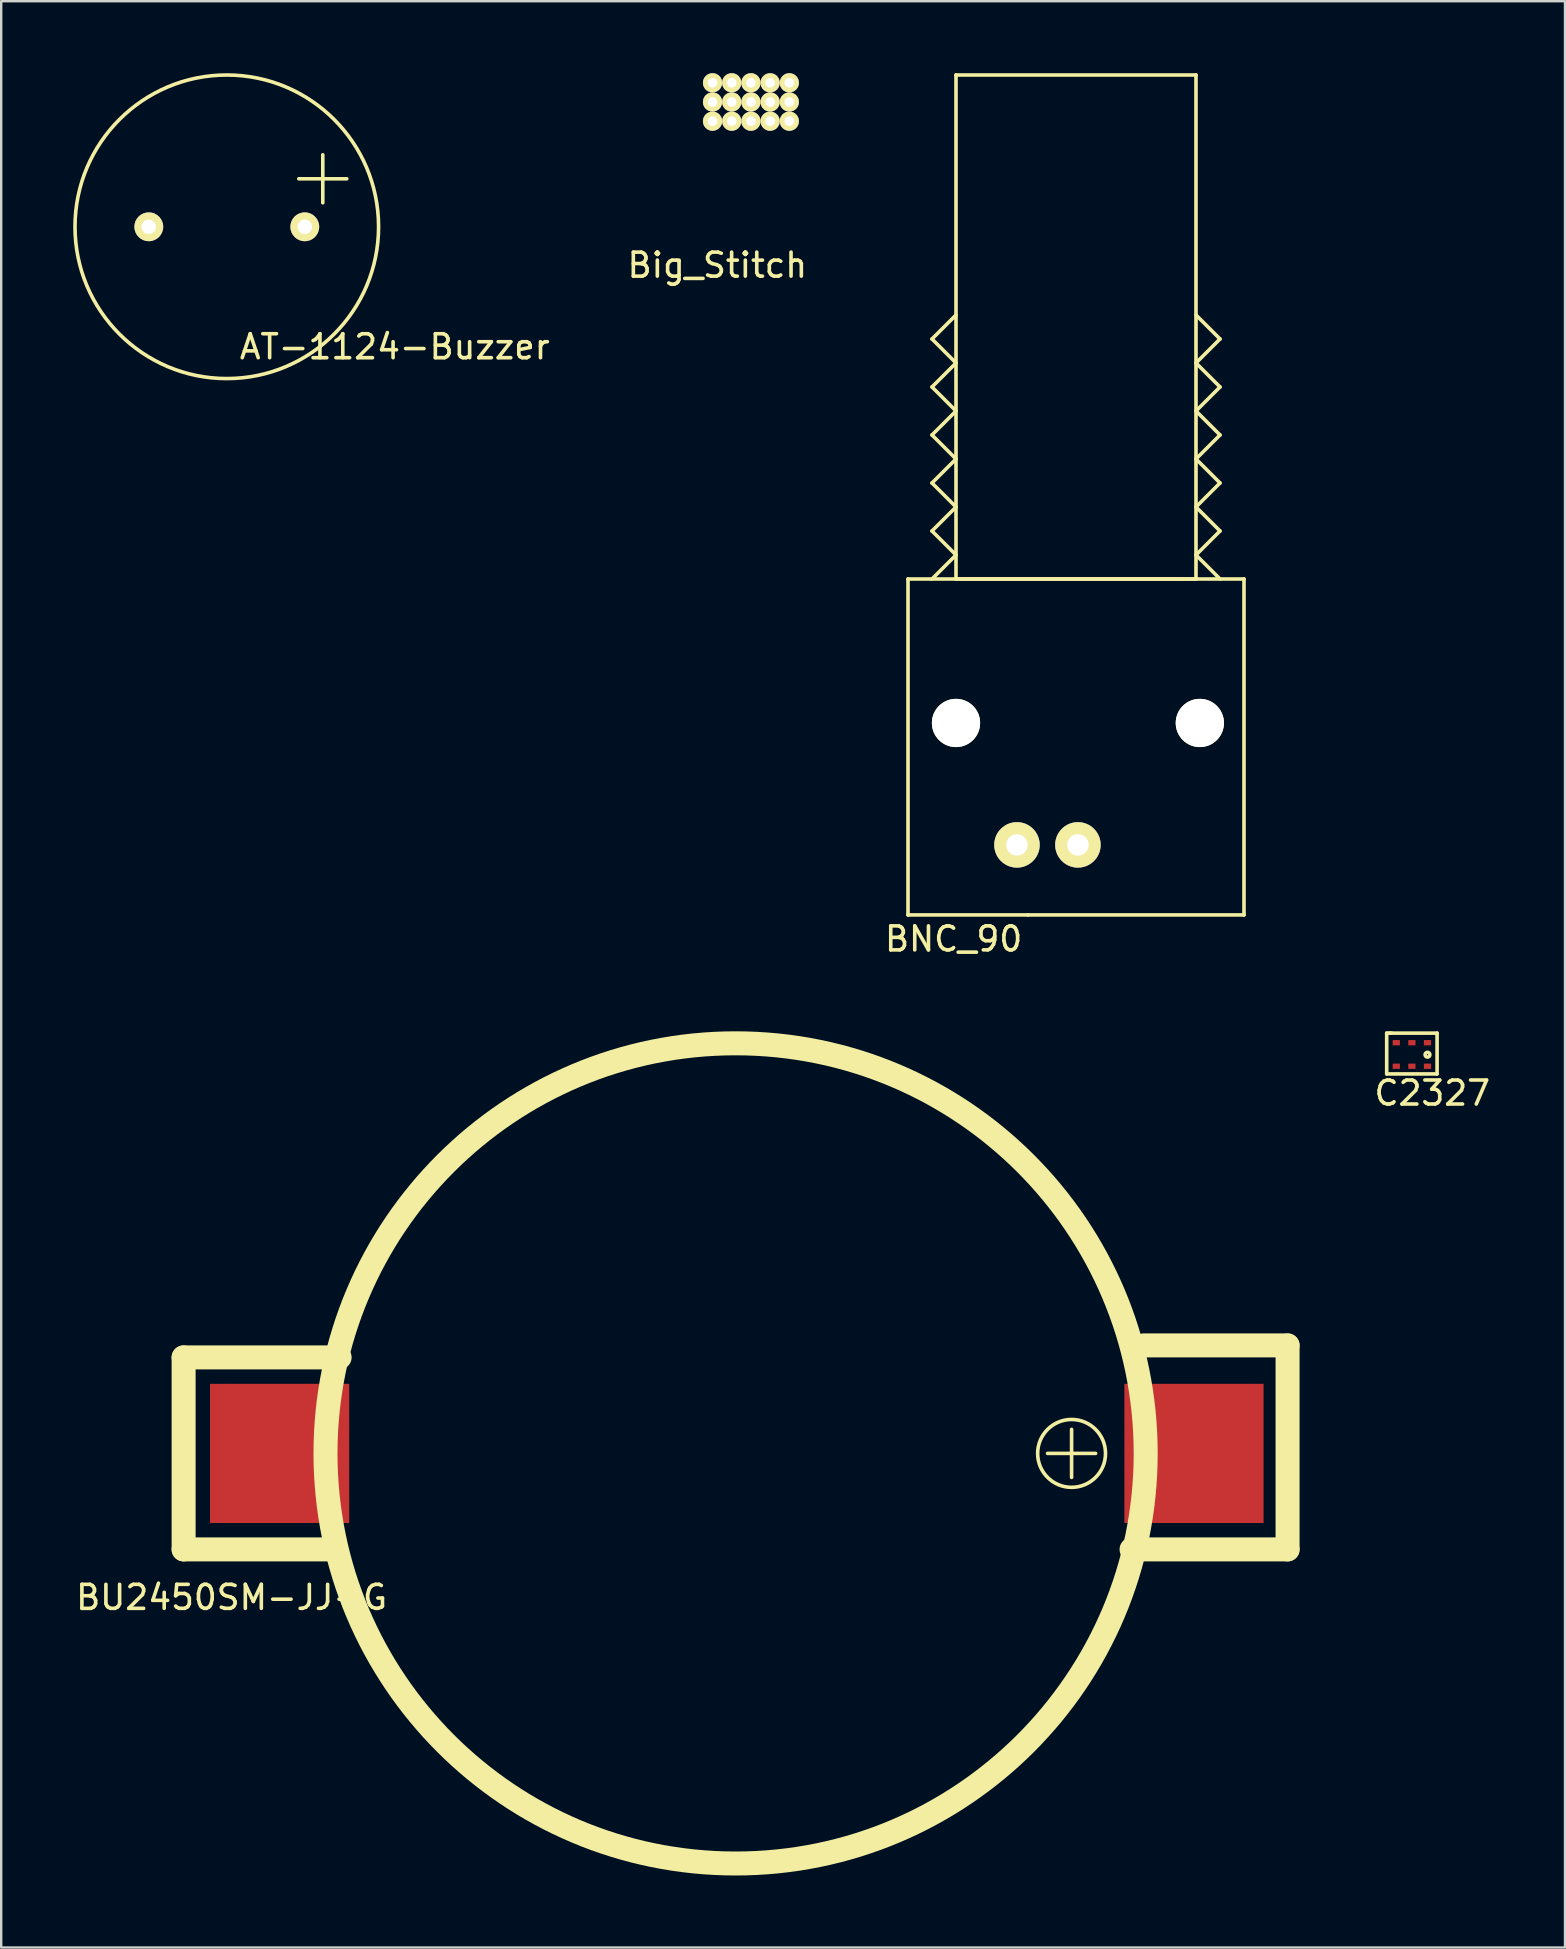
<source format=kicad_pcb>
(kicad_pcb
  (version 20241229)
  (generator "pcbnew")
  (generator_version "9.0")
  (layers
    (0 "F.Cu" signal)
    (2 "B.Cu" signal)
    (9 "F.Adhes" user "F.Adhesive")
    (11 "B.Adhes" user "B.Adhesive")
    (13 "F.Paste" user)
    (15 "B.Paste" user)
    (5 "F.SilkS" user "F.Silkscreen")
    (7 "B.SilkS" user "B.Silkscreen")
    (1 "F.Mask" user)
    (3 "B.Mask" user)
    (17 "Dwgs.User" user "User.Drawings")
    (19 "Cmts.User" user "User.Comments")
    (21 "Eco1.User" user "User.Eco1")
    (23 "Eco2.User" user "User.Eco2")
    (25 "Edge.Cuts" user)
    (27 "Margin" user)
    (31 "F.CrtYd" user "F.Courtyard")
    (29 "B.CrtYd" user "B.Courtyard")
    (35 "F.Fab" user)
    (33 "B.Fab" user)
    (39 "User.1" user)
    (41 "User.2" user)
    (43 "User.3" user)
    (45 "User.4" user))
  (footprint "Big_Stitch"
    (layer "F.Cu")
    (at 27.34 2)
    (property "Reference" "Big_Stitch" (at -0.5 6 0) (layer "F.SilkS") (effects (font (size 1 1) (thickness 0.15))))
    (attr through_hole)
    (pad "1" thru_hole circle (at -0.7 -1.6) (size 0.8 0.8) (drill 0.4) (layers "*.Cu" "*.Mask" "F.SilkS"))
    (pad "1" thru_hole circle (at -0.7 -0.8) (size 0.8 0.8) (drill 0.4) (layers "*.Cu" "*.Mask" "F.SilkS"))
    (pad "1" thru_hole circle (at -0.7 0) (size 0.8 0.8) (drill 0.4) (layers "*.Cu" "*.Mask" "F.SilkS"))
    (pad "1" thru_hole circle (at 0.1 -1.6) (size 0.8 0.8) (drill 0.4) (layers "*.Cu" "*.Mask" "F.SilkS"))
    (pad "1" thru_hole circle (at 0.1 -0.8) (size 0.8 0.8) (drill 0.4) (layers "*.Cu" "*.Mask" "F.SilkS"))
    (pad "1" thru_hole circle (at 0.1 0) (size 0.8 0.8) (drill 0.4) (layers "*.Cu" "*.Mask" "F.SilkS"))
    (pad "1" thru_hole circle (at 0.9 -1.6) (size 0.8 0.8) (drill 0.4) (layers "*.Cu" "*.Mask" "F.SilkS"))
    (pad "1" thru_hole circle (at 0.9 -0.8) (size 0.8 0.8) (drill 0.4) (layers "*.Cu" "*.Mask" "F.SilkS"))
    (pad "1" thru_hole circle (at 0.9 0) (size 0.8 0.8) (drill 0.4) (layers "*.Cu" "*.Mask" "F.SilkS"))
    (pad "1" thru_hole circle (at 1.7 -1.6) (size 0.8 0.8) (drill 0.4) (layers "*.Cu" "*.Mask" "F.SilkS"))
    (pad "1" thru_hole circle (at 1.7 -0.8) (size 0.8 0.8) (drill 0.4) (layers "*.Cu" "*.Mask" "F.SilkS"))
    (pad "1" thru_hole circle (at 1.7 0) (size 0.8 0.8) (drill 0.4) (layers "*.Cu" "*.Mask" "F.SilkS"))
    (pad "1" thru_hole circle (at 2.5 -1.6) (size 0.8 0.8) (drill 0.4) (layers "*.Cu" "*.Mask" "F.SilkS"))
    (pad "1" thru_hole circle (at 2.5 -0.8) (size 0.8 0.8) (drill 0.4) (layers "*.Cu" "*.Mask" "F.SilkS"))
    (pad "1" thru_hole circle (at 2.5 0) (size 0.8 0.8) (drill 0.4) (layers "*.Cu" "*.Mask" "F.SilkS")))
  (footprint "BU2450SM-JJ-G"
    (layer "F.Cu")
    (at 8.601 57.511)
    (property "Reference" "BU2450SM-JJ-G" (at -2 6 0) (layer "F.SilkS") (effects (font (size 1 1) (thickness 0.15))))
    (attr through_hole)
    (fp_line (start -4 -4) (end -4 3.5) (stroke (width 0.15) (type solid)) (layer "F.SilkS"))
    (fp_line (start -4 -4) (end -4 4) (stroke (width 1) (type solid)) (layer "F.SilkS"))
    (fp_line (start -4 -4) (end 2 -4) (stroke (width 0.15) (type solid)) (layer "F.SilkS"))
    (fp_line (start -4 3.5) (end -4 4) (stroke (width 0.15) (type solid)) (layer "F.SilkS"))
    (fp_line (start -4 4) (end 2 4) (stroke (width 1) (type solid)) (layer "F.SilkS"))
    (fp_line (start -4 4) (end 2.5 4) (stroke (width 0.15) (type solid)) (layer "F.SilkS"))
    (fp_line (start 2.5 -4) (end -4 -4) (stroke (width 1) (type solid)) (layer "F.SilkS"))
    (fp_line (start 33 -1) (end 33 1) (stroke (width 0.15) (type solid)) (layer "F.SilkS"))
    (fp_line (start 34 0) (end 32 0) (stroke (width 0.15) (type solid)) (layer "F.SilkS"))
    (fp_line (start 36 -4.5) (end 42 -4.5) (stroke (width 0.15) (type solid)) (layer "F.SilkS"))
    (fp_line (start 36 -4.5) (end 42 -4.5) (stroke (width 1) (type solid)) (layer "F.SilkS"))
    (fp_line (start 42 -4.5) (end 42 4) (stroke (width 0.15) (type solid)) (layer "F.SilkS"))
    (fp_line (start 42 -4.5) (end 42 4) (stroke (width 1) (type solid)) (layer "F.SilkS"))
    (fp_line (start 42 4) (end 35.5 4) (stroke (width 1) (type solid)) (layer "F.SilkS"))
    (fp_line (start 42 4) (end 36 4) (stroke (width 0.15) (type solid)) (layer "F.SilkS"))
    (fp_circle (center 19 0) (end 35 6) (stroke (width 1) (type solid)) (fill no) (layer "F.SilkS"))
    (fp_circle (center 33 0) (end 34 1) (stroke (width 0.15) (type solid)) (fill no) (layer "F.SilkS"))
    (pad "1" smd rect (at 38.1 0) (size 5.8 5.8) (layers "F.Cu" "F.Mask" "F.Paste"))
    (pad "2" smd rect (at 0 0) (size 5.8 5.8) (layers "F.Cu" "F.Mask" "F.Paste")))
  (footprint "C2327"
    (layer "F.Cu")
    (at 56.431 40.398)
    (property "Reference" "C2327" (at 0.2 2.1 0) (layer "F.SilkS") (effects (font (size 1 1) (thickness 0.15))))
    (attr through_hole)
    (fp_line (start -1.7 -0.4) (end -1.5 -0.4) (stroke (width 0.15) (type solid)) (layer "F.SilkS"))
    (fp_line (start -1.7 1.3) (end -1.7 -0.4) (stroke (width 0.15) (type solid)) (layer "F.SilkS"))
    (fp_line (start -1.6 -0.4) (end 0.4 -0.4) (stroke (width 0.15) (type solid)) (layer "F.SilkS"))
    (fp_line (start 0.4 -0.4) (end 0.4 1.3) (stroke (width 0.15) (type solid)) (layer "F.SilkS"))
    (fp_line (start 0.4 1.3) (end -1.7 1.3) (stroke (width 0.15) (type solid)) (layer "F.SilkS"))
    (fp_circle (center 0 0.5) (end 0.1 0.5) (stroke (width 0.15) (type solid)) (fill no) (layer "F.SilkS"))
    (pad "1" smd rect (at 0 0) (size 0.3 0.22) (layers "F.Cu" "F.Mask" "F.Paste"))
    (pad "2" smd rect (at -0.65 0) (size 0.3 0.22) (layers "F.Cu" "F.Mask" "F.Paste"))
    (pad "3" smd rect (at -1.3 0) (size 0.3 0.22) (layers "F.Cu" "F.Mask" "F.Paste"))
    (pad "4" smd rect (at -1.3 0.98) (size 0.3 0.22) (layers "F.Cu" "F.Mask" "F.Paste"))
    (pad "5" smd rect (at -0.65 0.98) (size 0.3 0.22) (layers "F.Cu" "F.Mask" "F.Paste"))
    (pad "6" smd rect (at 0 0.98) (size 0.3 0.22) (layers "F.Cu" "F.Mask" "F.Paste")))
  (footprint "BNC_90"
    (layer "F.Cu")
    (at 36.785 27.075)
    (property "Reference" "BNC_90" (at -0.1 9 0) (layer "F.SilkS") (effects (font (size 1 1) (thickness 0.15))))
    (attr through_hole)
    (fp_line (start -2 -6) (end 12 -6) (stroke (width 0.15) (type solid)) (layer "F.SilkS"))
    (fp_line (start -2 8) (end -2 -6) (stroke (width 0.15) (type solid)) (layer "F.SilkS"))
    (fp_line (start -1 -16) (end 0 -17) (stroke (width 0.15) (type solid)) (layer "F.SilkS"))
    (fp_line (start -1 -14) (end 0 -15) (stroke (width 0.15) (type solid)) (layer "F.SilkS"))
    (fp_line (start -1 -12) (end 0 -13) (stroke (width 0.15) (type solid)) (layer "F.SilkS"))
    (fp_line (start -1 -10) (end 0 -11) (stroke (width 0.15) (type solid)) (layer "F.SilkS"))
    (fp_line (start -1 -8) (end 0 -9) (stroke (width 0.15) (type solid)) (layer "F.SilkS"))
    (fp_line (start -1 -6) (end 0 -7) (stroke (width 0.15) (type solid)) (layer "F.SilkS"))
    (fp_line (start 0 -27) (end 0 -6) (stroke (width 0.15) (type solid)) (layer "F.SilkS"))
    (fp_line (start 0 -15) (end -1 -16) (stroke (width 0.15) (type solid)) (layer "F.SilkS"))
    (fp_line (start 0 -13) (end -1 -14) (stroke (width 0.15) (type solid)) (layer "F.SilkS"))
    (fp_line (start 0 -11) (end -1 -12) (stroke (width 0.15) (type solid)) (layer "F.SilkS"))
    (fp_line (start 0 -9) (end -1 -10) (stroke (width 0.15) (type solid)) (layer "F.SilkS"))
    (fp_line (start 0 -7) (end -1 -8) (stroke (width 0.15) (type solid)) (layer "F.SilkS"))
    (fp_line (start 0 -6) (end 10 -6) (stroke (width 0.15) (type solid)) (layer "F.SilkS"))
    (fp_line (start 3 8) (end -2 8) (stroke (width 0.15) (type solid)) (layer "F.SilkS"))
    (fp_line (start 10 -27) (end 0 -27) (stroke (width 0.15) (type solid)) (layer "F.SilkS"))
    (fp_line (start 10 -15) (end 11 -16) (stroke (width 0.15) (type solid)) (layer "F.SilkS"))
    (fp_line (start 10 -13) (end 11 -14) (stroke (width 0.15) (type solid)) (layer "F.SilkS"))
    (fp_line (start 10 -11) (end 11 -12) (stroke (width 0.15) (type solid)) (layer "F.SilkS"))
    (fp_line (start 10 -9) (end 11 -10) (stroke (width 0.15) (type solid)) (layer "F.SilkS"))
    (fp_line (start 10 -7) (end 11 -8) (stroke (width 0.15) (type solid)) (layer "F.SilkS"))
    (fp_line (start 10 -6) (end 10 -27) (stroke (width 0.15) (type solid)) (layer "F.SilkS"))
    (fp_line (start 11 -16) (end 10 -17) (stroke (width 0.15) (type solid)) (layer "F.SilkS"))
    (fp_line (start 11 -14) (end 10 -15) (stroke (width 0.15) (type solid)) (layer "F.SilkS"))
    (fp_line (start 11 -12) (end 10 -13) (stroke (width 0.15) (type solid)) (layer "F.SilkS"))
    (fp_line (start 11 -10) (end 10 -11) (stroke (width 0.15) (type solid)) (layer "F.SilkS"))
    (fp_line (start 11 -8) (end 10 -9) (stroke (width 0.15) (type solid)) (layer "F.SilkS"))
    (fp_line (start 11 -6) (end 10 -7) (stroke (width 0.15) (type solid)) (layer "F.SilkS"))
    (fp_line (start 12 -6) (end 12 8) (stroke (width 0.15) (type solid)) (layer "F.SilkS"))
    (fp_line (start 12 8) (end 3 8) (stroke (width 0.15) (type solid)) (layer "F.SilkS"))
    (pad "" np_thru_hole circle (at 0 0) (size 2.01 2.01) (drill 2.01) (layers "*.Cu" "*.Mask" "F.SilkS"))
    (pad "" np_thru_hole circle (at 10.16 0) (size 2.01 2.01) (drill 2.01) (layers "*.Cu" "*.Mask" "F.SilkS"))
    (pad "GND" thru_hole circle (at 2.54 5.08) (size 1.895 1.895) (drill 0.895) (layers "*.Cu" "*.Mask" "F.SilkS"))
    (pad "S" thru_hole circle (at 5.08 5.08) (size 1.895 1.895) (drill 0.895) (layers "*.Cu" "*.Mask" "F.SilkS")))
  (footprint "AT-1124-Buzzer"
    (layer "F.Cu")
    (at 6.4 6.4)
    (property "Reference" "AT-1124-Buzzer" (at 7 5 0) (layer "F.SilkS") (effects (font (size 1 1) (thickness 0.15))))
    (attr through_hole)
    (fp_line (start 3 -2) (end 5 -2) (stroke (width 0.15) (type solid)) (layer "F.SilkS"))
    (fp_line (start 4 -3) (end 4 -1) (stroke (width 0.15) (type solid)) (layer "F.SilkS"))
    (fp_circle (center 0 0) (end 6 2) (stroke (width 0.15) (type solid)) (fill no) (layer "F.SilkS"))
    (pad "+" thru_hole circle (at 3.25 0) (size 1.2 1.2) (drill 0.601) (layers "*.Cu" "*.Mask" "F.SilkS"))
    (pad "-" thru_hole circle (at -3.25 0) (size 1.2 1.2) (drill 0.601) (layers "*.Cu" "*.Mask" "F.SilkS")))
  (gr_rect
    (start -3 -3)
    (end 62.161 78.099)
    (stroke (width 0.1) (type default))
    (fill no)
    (layer "Edge.Cuts")))
</source>
